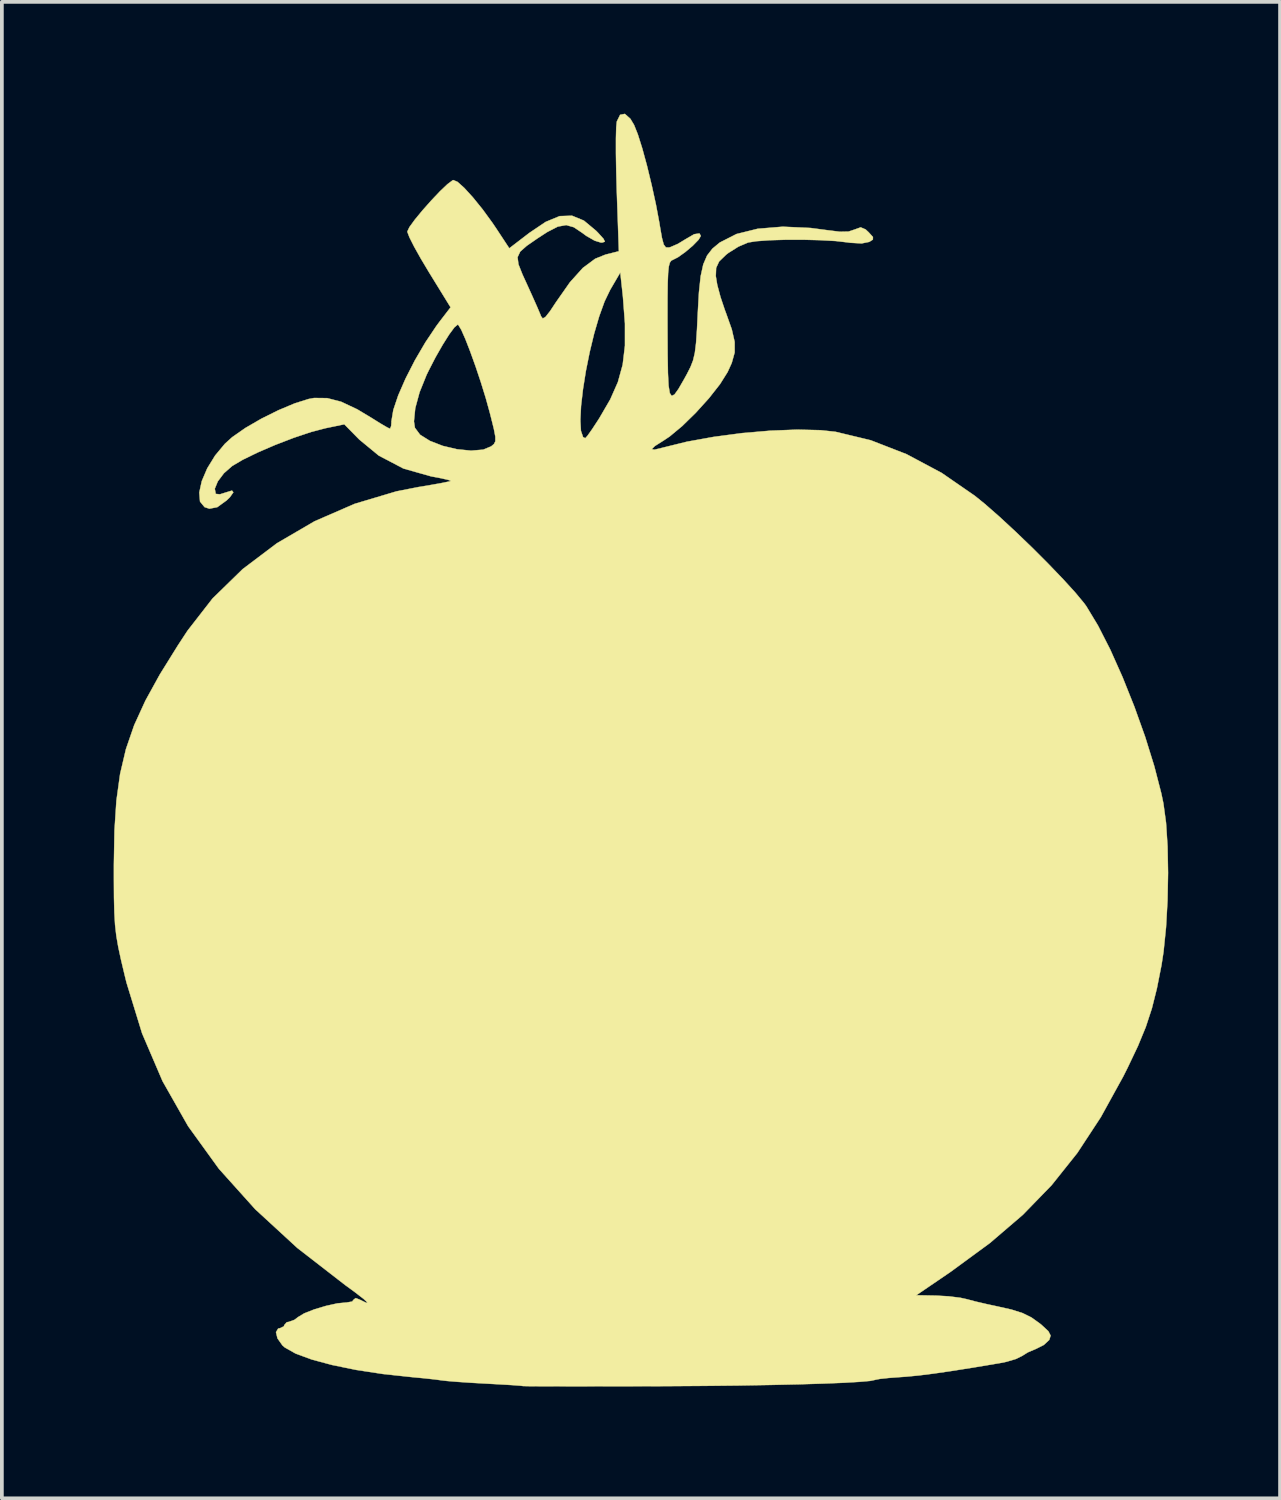
<source format=kicad_pcb>
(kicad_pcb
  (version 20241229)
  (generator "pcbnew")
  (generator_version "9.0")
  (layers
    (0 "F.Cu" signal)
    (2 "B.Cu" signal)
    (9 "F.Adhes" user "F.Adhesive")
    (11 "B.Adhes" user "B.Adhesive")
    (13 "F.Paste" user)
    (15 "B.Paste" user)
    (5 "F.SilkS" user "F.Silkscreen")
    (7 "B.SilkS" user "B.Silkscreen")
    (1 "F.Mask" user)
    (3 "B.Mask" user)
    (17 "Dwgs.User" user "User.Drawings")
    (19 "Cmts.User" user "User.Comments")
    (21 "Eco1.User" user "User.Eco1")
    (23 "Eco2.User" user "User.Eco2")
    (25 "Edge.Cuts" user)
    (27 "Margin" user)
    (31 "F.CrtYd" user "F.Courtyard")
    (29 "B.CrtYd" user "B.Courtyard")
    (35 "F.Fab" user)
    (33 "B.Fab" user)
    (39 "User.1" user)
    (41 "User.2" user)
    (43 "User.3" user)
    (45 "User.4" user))
  (footprint "Tomatoe"
    (layer "F.Cu")
    (at 14.143 15.903)
    (property "Reference" "Tomatoe" (at 0 0 0) (layer "F.SilkS") (effects (font (size 1.524 1.524) (thickness 0.3))))
    (attr through_hole)
    (fp_poly (pts (xy -0.282 -15.767) (xy -0.182 -15.6) (xy -0.082 -15.35) (xy 0.037 -14.973) (xy 0.164 -14.508) (xy 0.289 -13.992) (xy 0.404 -13.467) (xy 0.497 -12.97) (xy 0.51 -12.887) (xy 0.565 -12.572) (xy 0.613 -12.393) (xy 0.67 -12.317) (xy 0.752 -12.313) (xy 0.791 -12.323) (xy 0.992 -12.41) (xy 1.203 -12.538) (xy 1.43 -12.67) (xy 1.571 -12.691) (xy 1.609 -12.624) (xy 1.546 -12.519) (xy 1.391 -12.36) (xy 1.191 -12.191) (xy 0.994 -12.051) (xy 0.868 -11.987) (xy 0.816 -11.961) (xy 0.777 -11.907) (xy 0.749 -11.803) (xy 0.731 -11.627) (xy 0.72 -11.359) (xy 0.715 -10.976) (xy 0.714 -10.459) (xy 0.715 -10.082) (xy 0.718 -9.436) (xy 0.726 -8.949) (xy 0.743 -8.609) (xy 0.776 -8.407) (xy 0.828 -8.331) (xy 0.903 -8.371) (xy 1.008 -8.517) (xy 1.146 -8.756) (xy 1.233 -8.913) (xy 1.33 -9.104) (xy 1.4 -9.283) (xy 1.448 -9.488) (xy 1.481 -9.755) (xy 1.506 -10.123) (xy 1.526 -10.541) (xy 1.558 -11.111) (xy 1.604 -11.541) (xy 1.674 -11.86) (xy 1.776 -12.097) (xy 1.919 -12.282) (xy 2.113 -12.443) (xy 2.122 -12.449) (xy 2.566 -12.675) (xy 3.135 -12.816) (xy 3.805 -12.871) (xy 4.553 -12.837) (xy 4.992 -12.779) (xy 5.339 -12.736) (xy 5.572 -12.741) (xy 5.736 -12.796) (xy 5.897 -12.854) (xy 6.029 -12.798) (xy 6.109 -12.724) (xy 6.226 -12.595) (xy 6.224 -12.525) (xy 6.127 -12.464) (xy 5.924 -12.423) (xy 5.616 -12.44) (xy 5.546 -12.45) (xy 5.228 -12.487) (xy 4.814 -12.51) (xy 4.35 -12.522) (xy 3.879 -12.521) (xy 3.445 -12.508) (xy 3.094 -12.482) (xy 2.877 -12.447) (xy 2.618 -12.337) (xy 2.346 -12.166) (xy 2.287 -12.12) (xy 2.099 -11.938) (xy 2.019 -11.766) (xy 2.01 -11.547) (xy 2.049 -11.31) (xy 2.137 -10.982) (xy 2.257 -10.625) (xy 2.283 -10.557) (xy 2.439 -10.118) (xy 2.516 -9.78) (xy 2.516 -9.496) (xy 2.438 -9.216) (xy 2.327 -8.972) (xy 2.123 -8.647) (xy 1.825 -8.268) (xy 1.473 -7.879) (xy 1.109 -7.523) (xy 0.772 -7.243) (xy 0.616 -7.139) (xy 0.376 -6.987) (xy 0.292 -6.904) (xy 0.362 -6.889) (xy 0.588 -6.943) (xy 0.598 -6.946) (xy 1.235 -7.103) (xy 1.955 -7.233) (xy 2.716 -7.334) (xy 3.476 -7.399) (xy 4.192 -7.427) (xy 4.821 -7.412) (xy 5.222 -7.369) (xy 6.166 -7.142) (xy 7.126 -6.769) (xy 8.068 -6.267) (xy 8.959 -5.652) (xy 9.228 -5.434) (xy 9.624 -5.087) (xy 10.057 -4.686) (xy 10.503 -4.257) (xy 10.934 -3.825) (xy 11.326 -3.417) (xy 11.652 -3.059) (xy 11.887 -2.776) (xy 11.95 -2.69) (xy 12.263 -2.172) (xy 12.593 -1.525) (xy 12.923 -0.786) (xy 13.24 0.007) (xy 13.529 0.815) (xy 13.774 1.603) (xy 13.962 2.331) (xy 14.019 2.604) (xy 14.089 3.119) (xy 14.13 3.754) (xy 14.143 4.464) (xy 14.129 5.203) (xy 14.089 5.924) (xy 14.022 6.581) (xy 13.967 6.94) (xy 13.843 7.567) (xy 13.709 8.101) (xy 13.546 8.598) (xy 13.335 9.11) (xy 13.058 9.692) (xy 12.941 9.925) (xy 12.34 11.016) (xy 11.709 11.978) (xy 11.02 12.842) (xy 10.247 13.638) (xy 9.362 14.396) (xy 8.338 15.147) (xy 8.262 15.2) (xy 7.389 15.795) (xy 7.922 15.805) (xy 8.258 15.824) (xy 8.57 15.863) (xy 8.735 15.899) (xy 8.977 15.963) (xy 9.3 16.038) (xy 9.525 16.086) (xy 9.941 16.179) (xy 10.24 16.274) (xy 10.477 16.391) (xy 10.702 16.552) (xy 10.753 16.594) (xy 10.932 16.76) (xy 10.993 16.878) (xy 10.956 16.992) (xy 10.956 16.992) (xy 10.811 17.128) (xy 10.609 17.23) (xy 10.382 17.327) (xy 10.22 17.427) (xy 10.061 17.505) (xy 9.805 17.581) (xy 9.635 17.615) (xy 8.907 17.737) (xy 8.317 17.83) (xy 7.84 17.899) (xy 7.449 17.948) (xy 7.117 17.98) (xy 6.959 17.991) (xy 6.65 18.014) (xy 6.41 18.04) (xy 6.286 18.064) (xy 6.282 18.066) (xy 6.155 18.093) (xy 5.872 18.118) (xy 5.448 18.143) (xy 4.896 18.165) (xy 4.231 18.185) (xy 3.466 18.202) (xy 2.615 18.217) (xy 1.692 18.227) (xy 0.711 18.234) (xy 0.31 18.236) (xy -0.437 18.237) (xy -1.129 18.238) (xy -1.749 18.239) (xy -2.279 18.238) (xy -2.7 18.237) (xy -2.995 18.235) (xy -3.146 18.232) (xy -3.162 18.231) (xy -3.247 18.221) (xy -3.467 18.205) (xy -3.788 18.186) (xy -4.15 18.166) (xy -4.559 18.143) (xy -4.925 18.118) (xy -5.201 18.095) (xy -5.334 18.08) (xy -5.526 18.054) (xy -5.821 18.022) (xy -6.138 17.992) (xy -6.912 17.909) (xy -7.633 17.799) (xy -8.28 17.667) (xy -8.83 17.519) (xy -9.262 17.36) (xy -9.554 17.195) (xy -9.617 17.139) (xy -9.749 16.952) (xy -9.789 16.786) (xy -9.731 16.689) (xy -9.68 16.679) (xy -9.577 16.629) (xy -9.567 16.595) (xy -9.499 16.519) (xy -9.446 16.51) (xy -9.292 16.454) (xy -9.194 16.379) (xy -9.033 16.282) (xy -8.765 16.176) (xy -8.447 16.081) (xy -8.141 16.013) (xy -7.905 15.99) (xy -7.895 15.99) (xy -7.747 15.965) (xy -7.705 15.913) (xy -7.65 15.871) (xy -7.541 15.914) (xy -7.37 15.997) (xy -7.337 15.989) (xy -7.439 15.893) (xy -7.673 15.712) (xy -7.929 15.525) (xy -9.218 14.526) (xy -10.346 13.488) (xy -11.321 12.402) (xy -12.147 11.259) (xy -12.832 10.052) (xy -13.381 8.77) (xy -13.8 7.406) (xy -13.848 7.21) (xy -13.947 6.794) (xy -14.02 6.455) (xy -14.072 6.156) (xy -14.106 5.86) (xy -14.125 5.53) (xy -14.135 5.127) (xy -14.138 4.614) (xy -14.138 4.246) (xy -14.122 3.327) (xy -14.07 2.526) (xy -13.971 1.809) (xy -13.815 1.145) (xy -13.593 0.501) (xy -13.292 -0.157) (xy -12.904 -0.861) (xy -12.418 -1.643) (xy -12.163 -2.032) (xy -11.49 -2.898) (xy -10.683 -3.685) (xy -9.764 -4.379) (xy -8.755 -4.968) (xy -7.679 -5.436) (xy -6.557 -5.771) (xy -5.962 -5.888) (xy -5.607 -5.947) (xy -5.321 -5.999) (xy -5.141 -6.036) (xy -5.098 -6.05) (xy -5.16 -6.076) (xy -5.349 -6.121) (xy -5.625 -6.173) (xy -5.637 -6.176) (xy -6.369 -6.383) (xy -7.032 -6.731) (xy -7.555 -7.162) (xy -7.956 -7.57) (xy -8.467 -7.464) (xy -8.85 -7.363) (xy -9.313 -7.208) (xy -9.805 -7.019) (xy -10.279 -6.815) (xy -10.685 -6.617) (xy -10.964 -6.452) (xy -11.186 -6.257) (xy -11.35 -6.039) (xy -11.431 -5.841) (xy -11.405 -5.704) (xy -11.404 -5.703) (xy -11.293 -5.692) (xy -11.134 -5.742) (xy -10.969 -5.792) (xy -10.933 -5.745) (xy -11.026 -5.613) (xy -11.113 -5.529) (xy -11.364 -5.347) (xy -11.576 -5.306) (xy -11.705 -5.348) (xy -11.827 -5.497) (xy -11.847 -5.74) (xy -11.779 -6.048) (xy -11.633 -6.389) (xy -11.422 -6.732) (xy -11.159 -7.048) (xy -10.965 -7.224) (xy -10.61 -7.472) (xy -10.18 -7.721) (xy -9.723 -7.948) (xy -9.285 -8.132) (xy -8.913 -8.249) (xy -8.767 -8.276) (xy -8.415 -8.272) (xy -8.04 -8.175) (xy -7.609 -7.972) (xy -7.229 -7.744) (xy -6.987 -7.593) (xy -6.806 -7.487) (xy -6.729 -7.451) (xy -6.699 -7.524) (xy -6.69 -7.649) (xy -6.088 -7.649) (xy -6.062 -7.477) (xy -5.923 -7.29) (xy -5.659 -7.125) (xy -5.314 -6.991) (xy -4.932 -6.901) (xy -4.556 -6.863) (xy -4.23 -6.89) (xy -4.017 -6.978) (xy -3.942 -7.04) (xy -3.904 -7.114) (xy -3.904 -7.237) (xy -3.943 -7.442) (xy -4.002 -7.682) (xy -1.624 -7.682) (xy -1.608 -7.395) (xy -1.551 -7.228) (xy -1.492 -7.197) (xy -1.432 -7.263) (xy -1.308 -7.438) (xy -1.144 -7.688) (xy -1.107 -7.747) (xy -0.821 -8.239) (xy -0.617 -8.701) (xy -0.488 -9.169) (xy -0.427 -9.68) (xy -0.427 -10.273) (xy -0.481 -10.985) (xy -0.497 -11.134) (xy -0.552 -11.642) (xy -0.824 -11.177) (xy -0.974 -10.866) (xy -1.118 -10.467) (xy -1.253 -10.006) (xy -1.373 -9.509) (xy -1.475 -9.002) (xy -1.553 -8.511) (xy -1.605 -8.062) (xy -1.624 -7.682) (xy -4.002 -7.682) (xy -4.023 -7.765) (xy -4.054 -7.886) (xy -4.162 -8.277) (xy -4.293 -8.7) (xy -4.435 -9.125) (xy -4.578 -9.522) (xy -4.709 -9.859) (xy -4.819 -10.107) (xy -4.896 -10.234) (xy -4.913 -10.245) (xy -5 -10.174) (xy -5.141 -9.983) (xy -5.317 -9.704) (xy -5.508 -9.37) (xy -5.693 -9.011) (xy -5.749 -8.896) (xy -5.937 -8.43) (xy -6.053 -8.002) (xy -6.088 -7.649) (xy -6.69 -7.649) (xy -6.689 -7.669) (xy -6.641 -7.956) (xy -6.51 -8.345) (xy -6.312 -8.799) (xy -6.064 -9.284) (xy -5.783 -9.765) (xy -5.487 -10.207) (xy -5.397 -10.328) (xy -5.105 -10.708) (xy -5.685 -11.65) (xy -5.903 -12.015) (xy -6.084 -12.338) (xy -6.21 -12.588) (xy -6.264 -12.731) (xy -6.265 -12.742) (xy -6.21 -12.859) (xy -6.064 -13.06) (xy -5.858 -13.31) (xy -5.623 -13.575) (xy -5.39 -13.821) (xy -5.189 -14.012) (xy -5.051 -14.115) (xy -5.032 -14.122) (xy -4.919 -14.074) (xy -4.735 -13.909) (xy -4.503 -13.654) (xy -4.244 -13.334) (xy -3.981 -12.973) (xy -3.873 -12.813) (xy -3.53 -12.292) (xy -2.993 -12.704) (xy -2.554 -13) (xy -2.18 -13.155) (xy -1.847 -13.166) (xy -1.529 -13.035) (xy -1.2 -12.761) (xy -1.148 -12.708) (xy -1.001 -12.545) (xy -0.966 -12.469) (xy -1.033 -12.447) (xy -1.073 -12.446) (xy -1.24 -12.497) (xy -1.464 -12.625) (xy -1.572 -12.705) (xy -1.798 -12.857) (xy -2.003 -12.915) (xy -2.228 -12.874) (xy -2.512 -12.728) (xy -2.769 -12.561) (xy -3.061 -12.359) (xy -3.237 -12.204) (xy -3.308 -12.053) (xy -3.284 -11.862) (xy -3.176 -11.589) (xy -3.06 -11.336) (xy -2.909 -11.003) (xy -2.781 -10.715) (xy -2.696 -10.515) (xy -2.677 -10.467) (xy -2.633 -10.409) (xy -2.559 -10.45) (xy -2.436 -10.606) (xy -2.276 -10.848) (xy -1.902 -11.382) (xy -1.557 -11.765) (xy -1.226 -12.011) (xy -0.951 -12.122) (xy -0.59 -12.213) (xy -0.647 -13.839) (xy -0.661 -14.362) (xy -0.669 -14.839) (xy -0.669 -15.24) (xy -0.661 -15.534) (xy -0.646 -15.69) (xy -0.646 -15.691) (xy -0.557 -15.873) (xy -0.43 -15.898) (xy -0.282 -15.767)) (stroke (width 0.01) (type solid)) (fill yes) (layer "F.SilkS")))
  (gr_rect
    (start -3 -3)
    (end 31.291 37.146)
    (stroke (width 0.1) (type default))
    (fill no)
    (layer "Edge.Cuts")))
</source>
